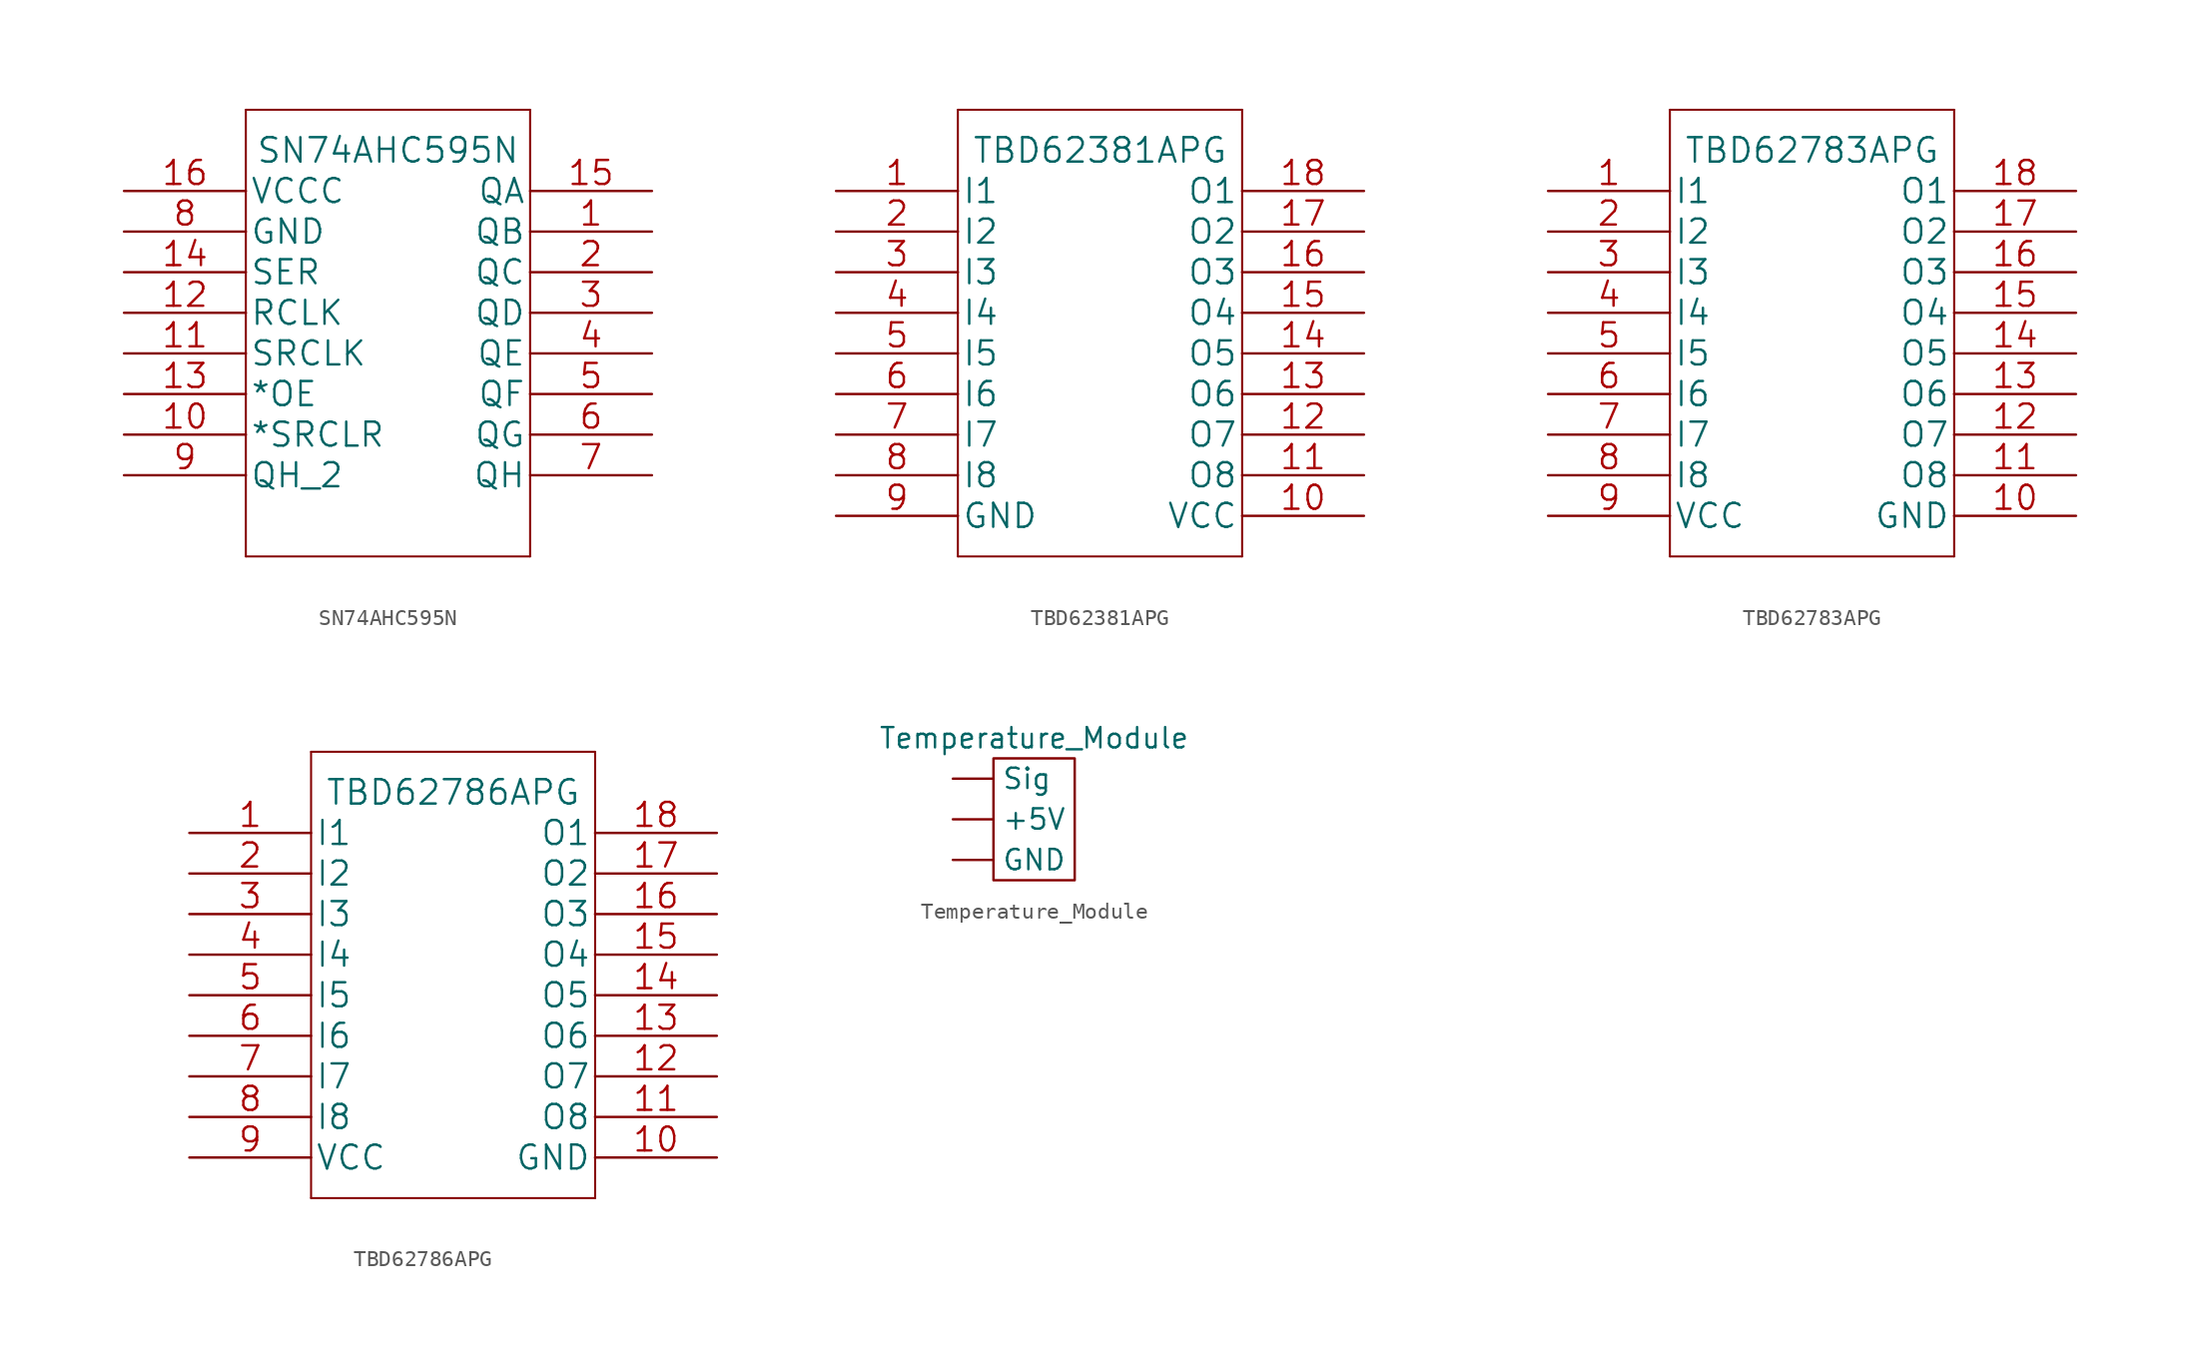
<source format=kicad_sym>
(kicad_symbol_lib
  (version 20220914)
  (generator kicad_symbol_editor)
  (symbol "SN74AHC595N"
    (pin_names
      (offset 0.254))
    (property "Reference" "U"
      (at 25.4 8.89 0)
      (effects (font (size 1.524 1.524)) hide))
    (property "Value" "SN74AHC595N"
      (at 31.75 2.54 0)
      (effects (font (size 1.524 1.524))))
    (property "Datasheet" ""
      (at 48.26 -2.54 0)
      (effects (font (size 1.524 1.524))))
    (property "ki_locked" ""
      (at 0 0 0)
      (effects (font (size 1.27 1.27))))
    (symbol "SN74AHC595N_1_1"
      (polyline (pts (xy 22.86 -22.86) (xy 22.86 5.08)) (stroke (width 0.127) (type default)) (fill (type none)))
      (polyline (pts (xy 22.86 5.08) (xy 40.64 5.08)) (stroke (width 0.127) (type default)) (fill (type none)))
      (polyline (pts (xy 40.64 -22.86) (xy 22.86 -22.86)) (stroke (width 0.127) (type default)) (fill (type none)))
      (polyline (pts (xy 40.64 5.08) (xy 40.64 -22.86)) (stroke (width 0.127) (type default)) (fill (type none)))
      (pin output line (at 48.26 -2.54 180) (length 7.62) (name "QB" (effects (font (size 1.499 1.499)))) (number "1" (effects (font (size 1.499 1.499)))))
      (pin input line (at 15.24 -15.24 0) (length 7.62) (name "*SRCLR" (effects (font (size 1.499 1.499)))) (number "10" (effects (font (size 1.499 1.499)))))
      (pin input line (at 15.24 -10.16 0) (length 7.62) (name "SRCLK" (effects (font (size 1.499 1.499)))) (number "11" (effects (font (size 1.499 1.499)))))
      (pin input line (at 15.24 -7.62 0) (length 7.62) (name "RCLK" (effects (font (size 1.499 1.499)))) (number "12" (effects (font (size 1.499 1.499)))))
      (pin input line (at 15.24 -12.7 0) (length 7.62) (name "*OE" (effects (font (size 1.499 1.499)))) (number "13" (effects (font (size 1.499 1.499)))))
      (pin input line (at 15.24 -5.08 0) (length 7.62) (name "SER" (effects (font (size 1.499 1.499)))) (number "14" (effects (font (size 1.499 1.499)))))
      (pin output line (at 48.26 0 180) (length 7.62) (name "QA" (effects (font (size 1.499 1.499)))) (number "15" (effects (font (size 1.499 1.499)))))
      (pin power_in line (at 15.24 0 0) (length 7.62) (name "VCCC" (effects (font (size 1.499 1.499)))) (number "16" (effects (font (size 1.499 1.499)))))
      (pin output line (at 48.26 -5.08 180) (length 7.62) (name "QC" (effects (font (size 1.499 1.499)))) (number "2" (effects (font (size 1.499 1.499)))))
      (pin output line (at 48.26 -7.62 180) (length 7.62) (name "QD" (effects (font (size 1.499 1.499)))) (number "3" (effects (font (size 1.499 1.499)))))
      (pin output line (at 48.26 -10.16 180) (length 7.62) (name "QE" (effects (font (size 1.499 1.499)))) (number "4" (effects (font (size 1.499 1.499)))))
      (pin output line (at 48.26 -12.7 180) (length 7.62) (name "QF" (effects (font (size 1.499 1.499)))) (number "5" (effects (font (size 1.499 1.499)))))
      (pin output line (at 48.26 -15.24 180) (length 7.62) (name "QG" (effects (font (size 1.499 1.499)))) (number "6" (effects (font (size 1.499 1.499)))))
      (pin output line (at 48.26 -17.78 180) (length 7.62) (name "QH" (effects (font (size 1.499 1.499)))) (number "7" (effects (font (size 1.499 1.499)))))
      (pin power_in line (at 15.24 -2.54 0) (length 7.62) (name "GND" (effects (font (size 1.499 1.499)))) (number "8" (effects (font (size 1.499 1.499)))))
      (pin output line (at 15.24 -17.78 0) (length 7.62) (name "QH_2" (effects (font (size 1.499 1.499)))) (number "9" (effects (font (size 1.499 1.499)))))))
  (symbol "TBD62381APG"
    (pin_names
      (offset 0.254))
    (property "Reference" "U"
      (at 10.16 8.89 0)
      (effects (font (size 1.524 1.524)) hide))
    (property "Value" "TBD62381APG"
      (at 16.51 2.54 0)
      (effects (font (size 1.524 1.524))))
    (property "Datasheet" ""
      (at 0 0 0)
      (effects (font (size 1.524 1.524))))
    (property "ki_locked" ""
      (at 0 0 0)
      (effects (font (size 1.27 1.27))))
    (symbol "TBD62381APG_1_1"
      (polyline (pts (xy 7.62 -22.86) (xy 25.4 -22.86)) (stroke (width 0.127) (type default)) (fill (type none)))
      (polyline (pts (xy 7.62 5.08) (xy 7.62 -22.86)) (stroke (width 0.127) (type default)) (fill (type none)))
      (polyline (pts (xy 25.4 -22.86) (xy 25.4 5.08)) (stroke (width 0.127) (type default)) (fill (type none)))
      (polyline (pts (xy 25.4 5.08) (xy 7.62 5.08)) (stroke (width 0.127) (type default)) (fill (type none)))
      (pin input line (at 0 0 0) (length 7.62) (name "I1" (effects (font (size 1.499 1.499)))) (number "1" (effects (font (size 1.499 1.499)))))
      (pin power_in line (at 33.02 -20.32 180) (length 7.62) (name "VCC" (effects (font (size 1.499 1.499)))) (number "10" (effects (font (size 1.499 1.499)))))
      (pin output line (at 33.02 -17.78 180) (length 7.62) (name "O8" (effects (font (size 1.499 1.499)))) (number "11" (effects (font (size 1.499 1.499)))))
      (pin output line (at 33.02 -15.24 180) (length 7.62) (name "O7" (effects (font (size 1.499 1.499)))) (number "12" (effects (font (size 1.499 1.499)))))
      (pin output line (at 33.02 -12.7 180) (length 7.62) (name "O6" (effects (font (size 1.499 1.499)))) (number "13" (effects (font (size 1.499 1.499)))))
      (pin output line (at 33.02 -10.16 180) (length 7.62) (name "O5" (effects (font (size 1.499 1.499)))) (number "14" (effects (font (size 1.499 1.499)))))
      (pin output line (at 33.02 -7.62 180) (length 7.62) (name "O4" (effects (font (size 1.499 1.499)))) (number "15" (effects (font (size 1.499 1.499)))))
      (pin output line (at 33.02 -5.08 180) (length 7.62) (name "O3" (effects (font (size 1.499 1.499)))) (number "16" (effects (font (size 1.499 1.499)))))
      (pin output line (at 33.02 -2.54 180) (length 7.62) (name "O2" (effects (font (size 1.499 1.499)))) (number "17" (effects (font (size 1.499 1.499)))))
      (pin output line (at 33.02 0 180) (length 7.62) (name "O1" (effects (font (size 1.499 1.499)))) (number "18" (effects (font (size 1.499 1.499)))))
      (pin input line (at 0 -2.54 0) (length 7.62) (name "I2" (effects (font (size 1.499 1.499)))) (number "2" (effects (font (size 1.499 1.499)))))
      (pin input line (at 0 -5.08 0) (length 7.62) (name "I3" (effects (font (size 1.499 1.499)))) (number "3" (effects (font (size 1.499 1.499)))))
      (pin input line (at 0 -7.62 0) (length 7.62) (name "I4" (effects (font (size 1.499 1.499)))) (number "4" (effects (font (size 1.499 1.499)))))
      (pin input line (at 0 -10.16 0) (length 7.62) (name "I5" (effects (font (size 1.499 1.499)))) (number "5" (effects (font (size 1.499 1.499)))))
      (pin input line (at 0 -12.7 0) (length 7.62) (name "I6" (effects (font (size 1.499 1.499)))) (number "6" (effects (font (size 1.499 1.499)))))
      (pin input line (at 0 -15.24 0) (length 7.62) (name "I7" (effects (font (size 1.499 1.499)))) (number "7" (effects (font (size 1.499 1.499)))))
      (pin input line (at 0 -17.78 0) (length 7.62) (name "I8" (effects (font (size 1.499 1.499)))) (number "8" (effects (font (size 1.499 1.499)))))
      (pin power_in line (at 0 -20.32 0) (length 7.62) (name "GND" (effects (font (size 1.499 1.499)))) (number "9" (effects (font (size 1.499 1.499)))))))
  (symbol "TBD62783APG"
    (pin_names
      (offset 0.254))
    (property "Reference" "U"
      (at 20.32 10.16 0)
      (effects (font (size 1.524 1.524)) hide))
    (property "Value" "TBD62783APG"
      (at 16.51 2.54 0)
      (effects (font (size 1.524 1.524))))
    (property "Datasheet" ""
      (at 0 0 0)
      (effects (font (size 1.524 1.524))))
    (property "ki_locked" ""
      (at 0 0 0)
      (effects (font (size 1.27 1.27))))
    (symbol "TBD62783APG_1_1"
      (polyline (pts (xy 7.62 -22.86) (xy 25.4 -22.86)) (stroke (width 0.127) (type default)) (fill (type none)))
      (polyline (pts (xy 7.62 5.08) (xy 7.62 -22.86)) (stroke (width 0.127) (type default)) (fill (type none)))
      (polyline (pts (xy 25.4 -22.86) (xy 25.4 5.08)) (stroke (width 0.127) (type default)) (fill (type none)))
      (polyline (pts (xy 25.4 5.08) (xy 7.62 5.08)) (stroke (width 0.127) (type default)) (fill (type none)))
      (pin input line (at 0 0 0) (length 7.62) (name "I1" (effects (font (size 1.499 1.499)))) (number "1" (effects (font (size 1.499 1.499)))))
      (pin power_in line (at 33.02 -20.32 180) (length 7.62) (name "GND" (effects (font (size 1.499 1.499)))) (number "10" (effects (font (size 1.499 1.499)))))
      (pin output line (at 33.02 -17.78 180) (length 7.62) (name "O8" (effects (font (size 1.499 1.499)))) (number "11" (effects (font (size 1.499 1.499)))))
      (pin output line (at 33.02 -15.24 180) (length 7.62) (name "O7" (effects (font (size 1.499 1.499)))) (number "12" (effects (font (size 1.499 1.499)))))
      (pin output line (at 33.02 -12.7 180) (length 7.62) (name "O6" (effects (font (size 1.499 1.499)))) (number "13" (effects (font (size 1.499 1.499)))))
      (pin output line (at 33.02 -10.16 180) (length 7.62) (name "O5" (effects (font (size 1.499 1.499)))) (number "14" (effects (font (size 1.499 1.499)))))
      (pin output line (at 33.02 -7.62 180) (length 7.62) (name "O4" (effects (font (size 1.499 1.499)))) (number "15" (effects (font (size 1.499 1.499)))))
      (pin output line (at 33.02 -5.08 180) (length 7.62) (name "O3" (effects (font (size 1.499 1.499)))) (number "16" (effects (font (size 1.499 1.499)))))
      (pin output line (at 33.02 -2.54 180) (length 7.62) (name "O2" (effects (font (size 1.499 1.499)))) (number "17" (effects (font (size 1.499 1.499)))))
      (pin output line (at 33.02 0 180) (length 7.62) (name "O1" (effects (font (size 1.499 1.499)))) (number "18" (effects (font (size 1.499 1.499)))))
      (pin input line (at 0 -2.54 0) (length 7.62) (name "I2" (effects (font (size 1.499 1.499)))) (number "2" (effects (font (size 1.499 1.499)))))
      (pin input line (at 0 -5.08 0) (length 7.62) (name "I3" (effects (font (size 1.499 1.499)))) (number "3" (effects (font (size 1.499 1.499)))))
      (pin input line (at 0 -7.62 0) (length 7.62) (name "I4" (effects (font (size 1.499 1.499)))) (number "4" (effects (font (size 1.499 1.499)))))
      (pin input line (at 0 -10.16 0) (length 7.62) (name "I5" (effects (font (size 1.499 1.499)))) (number "5" (effects (font (size 1.499 1.499)))))
      (pin input line (at 0 -12.7 0) (length 7.62) (name "I6" (effects (font (size 1.499 1.499)))) (number "6" (effects (font (size 1.499 1.499)))))
      (pin input line (at 0 -15.24 0) (length 7.62) (name "I7" (effects (font (size 1.499 1.499)))) (number "7" (effects (font (size 1.499 1.499)))))
      (pin input line (at 0 -17.78 0) (length 7.62) (name "I8" (effects (font (size 1.499 1.499)))) (number "8" (effects (font (size 1.499 1.499)))))
      (pin power_in line (at 0 -20.32 0) (length 7.62) (name "VCC" (effects (font (size 1.499 1.499)))) (number "9" (effects (font (size 1.499 1.499)))))))
  (symbol "TBD62786APG"
    (pin_names
      (offset 0.254))
    (property "Reference" "U"
      (at 20.32 10.16 0)
      (effects (font (size 1.524 1.524)) hide))
    (property "Value" "TBD62786APG"
      (at 20.32 2.54 0)
      (effects (font (size 1.524 1.524))))
    (property "Datasheet" ""
      (at 0 0 0)
      (effects (font (size 1.524 1.524))))
    (property "ki_locked" ""
      (at 0 0 0)
      (effects (font (size 1.27 1.27))))
    (symbol "TBD62786APG_1_1"
      (polyline (pts (xy 11.43 -22.86) (xy 29.21 -22.86)) (stroke (width 0.127) (type default)) (fill (type none)))
      (polyline (pts (xy 11.43 5.08) (xy 11.43 -22.86)) (stroke (width 0.127) (type default)) (fill (type none)))
      (polyline (pts (xy 29.21 -22.86) (xy 29.21 5.08)) (stroke (width 0.127) (type default)) (fill (type none)))
      (polyline (pts (xy 29.21 5.08) (xy 11.43 5.08)) (stroke (width 0.127) (type default)) (fill (type none)))
      (pin input line (at 3.81 0 0) (length 7.62) (name "I1" (effects (font (size 1.499 1.499)))) (number "1" (effects (font (size 1.499 1.499)))))
      (pin power_in line (at 36.83 -20.32 180) (length 7.62) (name "GND" (effects (font (size 1.499 1.499)))) (number "10" (effects (font (size 1.499 1.499)))))
      (pin output line (at 36.83 -17.78 180) (length 7.62) (name "O8" (effects (font (size 1.499 1.499)))) (number "11" (effects (font (size 1.499 1.499)))))
      (pin output line (at 36.83 -15.24 180) (length 7.62) (name "O7" (effects (font (size 1.499 1.499)))) (number "12" (effects (font (size 1.499 1.499)))))
      (pin output line (at 36.83 -12.7 180) (length 7.62) (name "O6" (effects (font (size 1.499 1.499)))) (number "13" (effects (font (size 1.499 1.499)))))
      (pin output line (at 36.83 -10.16 180) (length 7.62) (name "O5" (effects (font (size 1.499 1.499)))) (number "14" (effects (font (size 1.499 1.499)))))
      (pin output line (at 36.83 -7.62 180) (length 7.62) (name "O4" (effects (font (size 1.499 1.499)))) (number "15" (effects (font (size 1.499 1.499)))))
      (pin output line (at 36.83 -5.08 180) (length 7.62) (name "O3" (effects (font (size 1.499 1.499)))) (number "16" (effects (font (size 1.499 1.499)))))
      (pin output line (at 36.83 -2.54 180) (length 7.62) (name "O2" (effects (font (size 1.499 1.499)))) (number "17" (effects (font (size 1.499 1.499)))))
      (pin output line (at 36.83 0 180) (length 7.62) (name "O1" (effects (font (size 1.499 1.499)))) (number "18" (effects (font (size 1.499 1.499)))))
      (pin input line (at 3.81 -2.54 0) (length 7.62) (name "I2" (effects (font (size 1.499 1.499)))) (number "2" (effects (font (size 1.499 1.499)))))
      (pin input line (at 3.81 -5.08 0) (length 7.62) (name "I3" (effects (font (size 1.499 1.499)))) (number "3" (effects (font (size 1.499 1.499)))))
      (pin input line (at 3.81 -7.62 0) (length 7.62) (name "I4" (effects (font (size 1.499 1.499)))) (number "4" (effects (font (size 1.499 1.499)))))
      (pin input line (at 3.81 -10.16 0) (length 7.62) (name "I5" (effects (font (size 1.499 1.499)))) (number "5" (effects (font (size 1.499 1.499)))))
      (pin input line (at 3.81 -12.7 0) (length 7.62) (name "I6" (effects (font (size 1.499 1.499)))) (number "6" (effects (font (size 1.499 1.499)))))
      (pin input line (at 3.81 -15.24 0) (length 7.62) (name "I7" (effects (font (size 1.499 1.499)))) (number "7" (effects (font (size 1.499 1.499)))))
      (pin input line (at 3.81 -17.78 0) (length 7.62) (name "I8" (effects (font (size 1.499 1.499)))) (number "8" (effects (font (size 1.499 1.499)))))
      (pin power_in line (at 3.81 -20.32 0) (length 7.62) (name "VCC" (effects (font (size 1.499 1.499)))) (number "9" (effects (font (size 1.499 1.499)))))))
  (symbol "Temperature_Module"
    (property "Reference" "U"
      (at 0 6.35 0)
      (effects (font (size 1.27 1.27)) hide))
    (property "Value" "Temperature_Module"
      (at 0 5.08 0)
      (effects (font (size 1.27 1.27))))
    (symbol "Temperature_Module_0_1"
      (rectangle (start -2.54 3.81) (end 2.54 -3.81) (stroke (width 0) (type default)) (fill (type none))))
    (symbol "Temperature_Module_1_1"
      (pin input line (at -5.08 0 0) (length 2.54) (name "+5V" (effects (font (size 1.27 1.27)))) (number "" (effects (font (size 1.27 1.27)))))
      (pin input line (at -5.08 -2.54 0) (length 2.54) (name "GND" (effects (font (size 1.27 1.27)))) (number "" (effects (font (size 1.27 1.27)))))
      (pin input line (at -5.08 2.54 0) (length 2.54) (name "Sig" (effects (font (size 1.27 1.27)))) (number "" (effects (font (size 1.27 1.27))))))))
</source>
